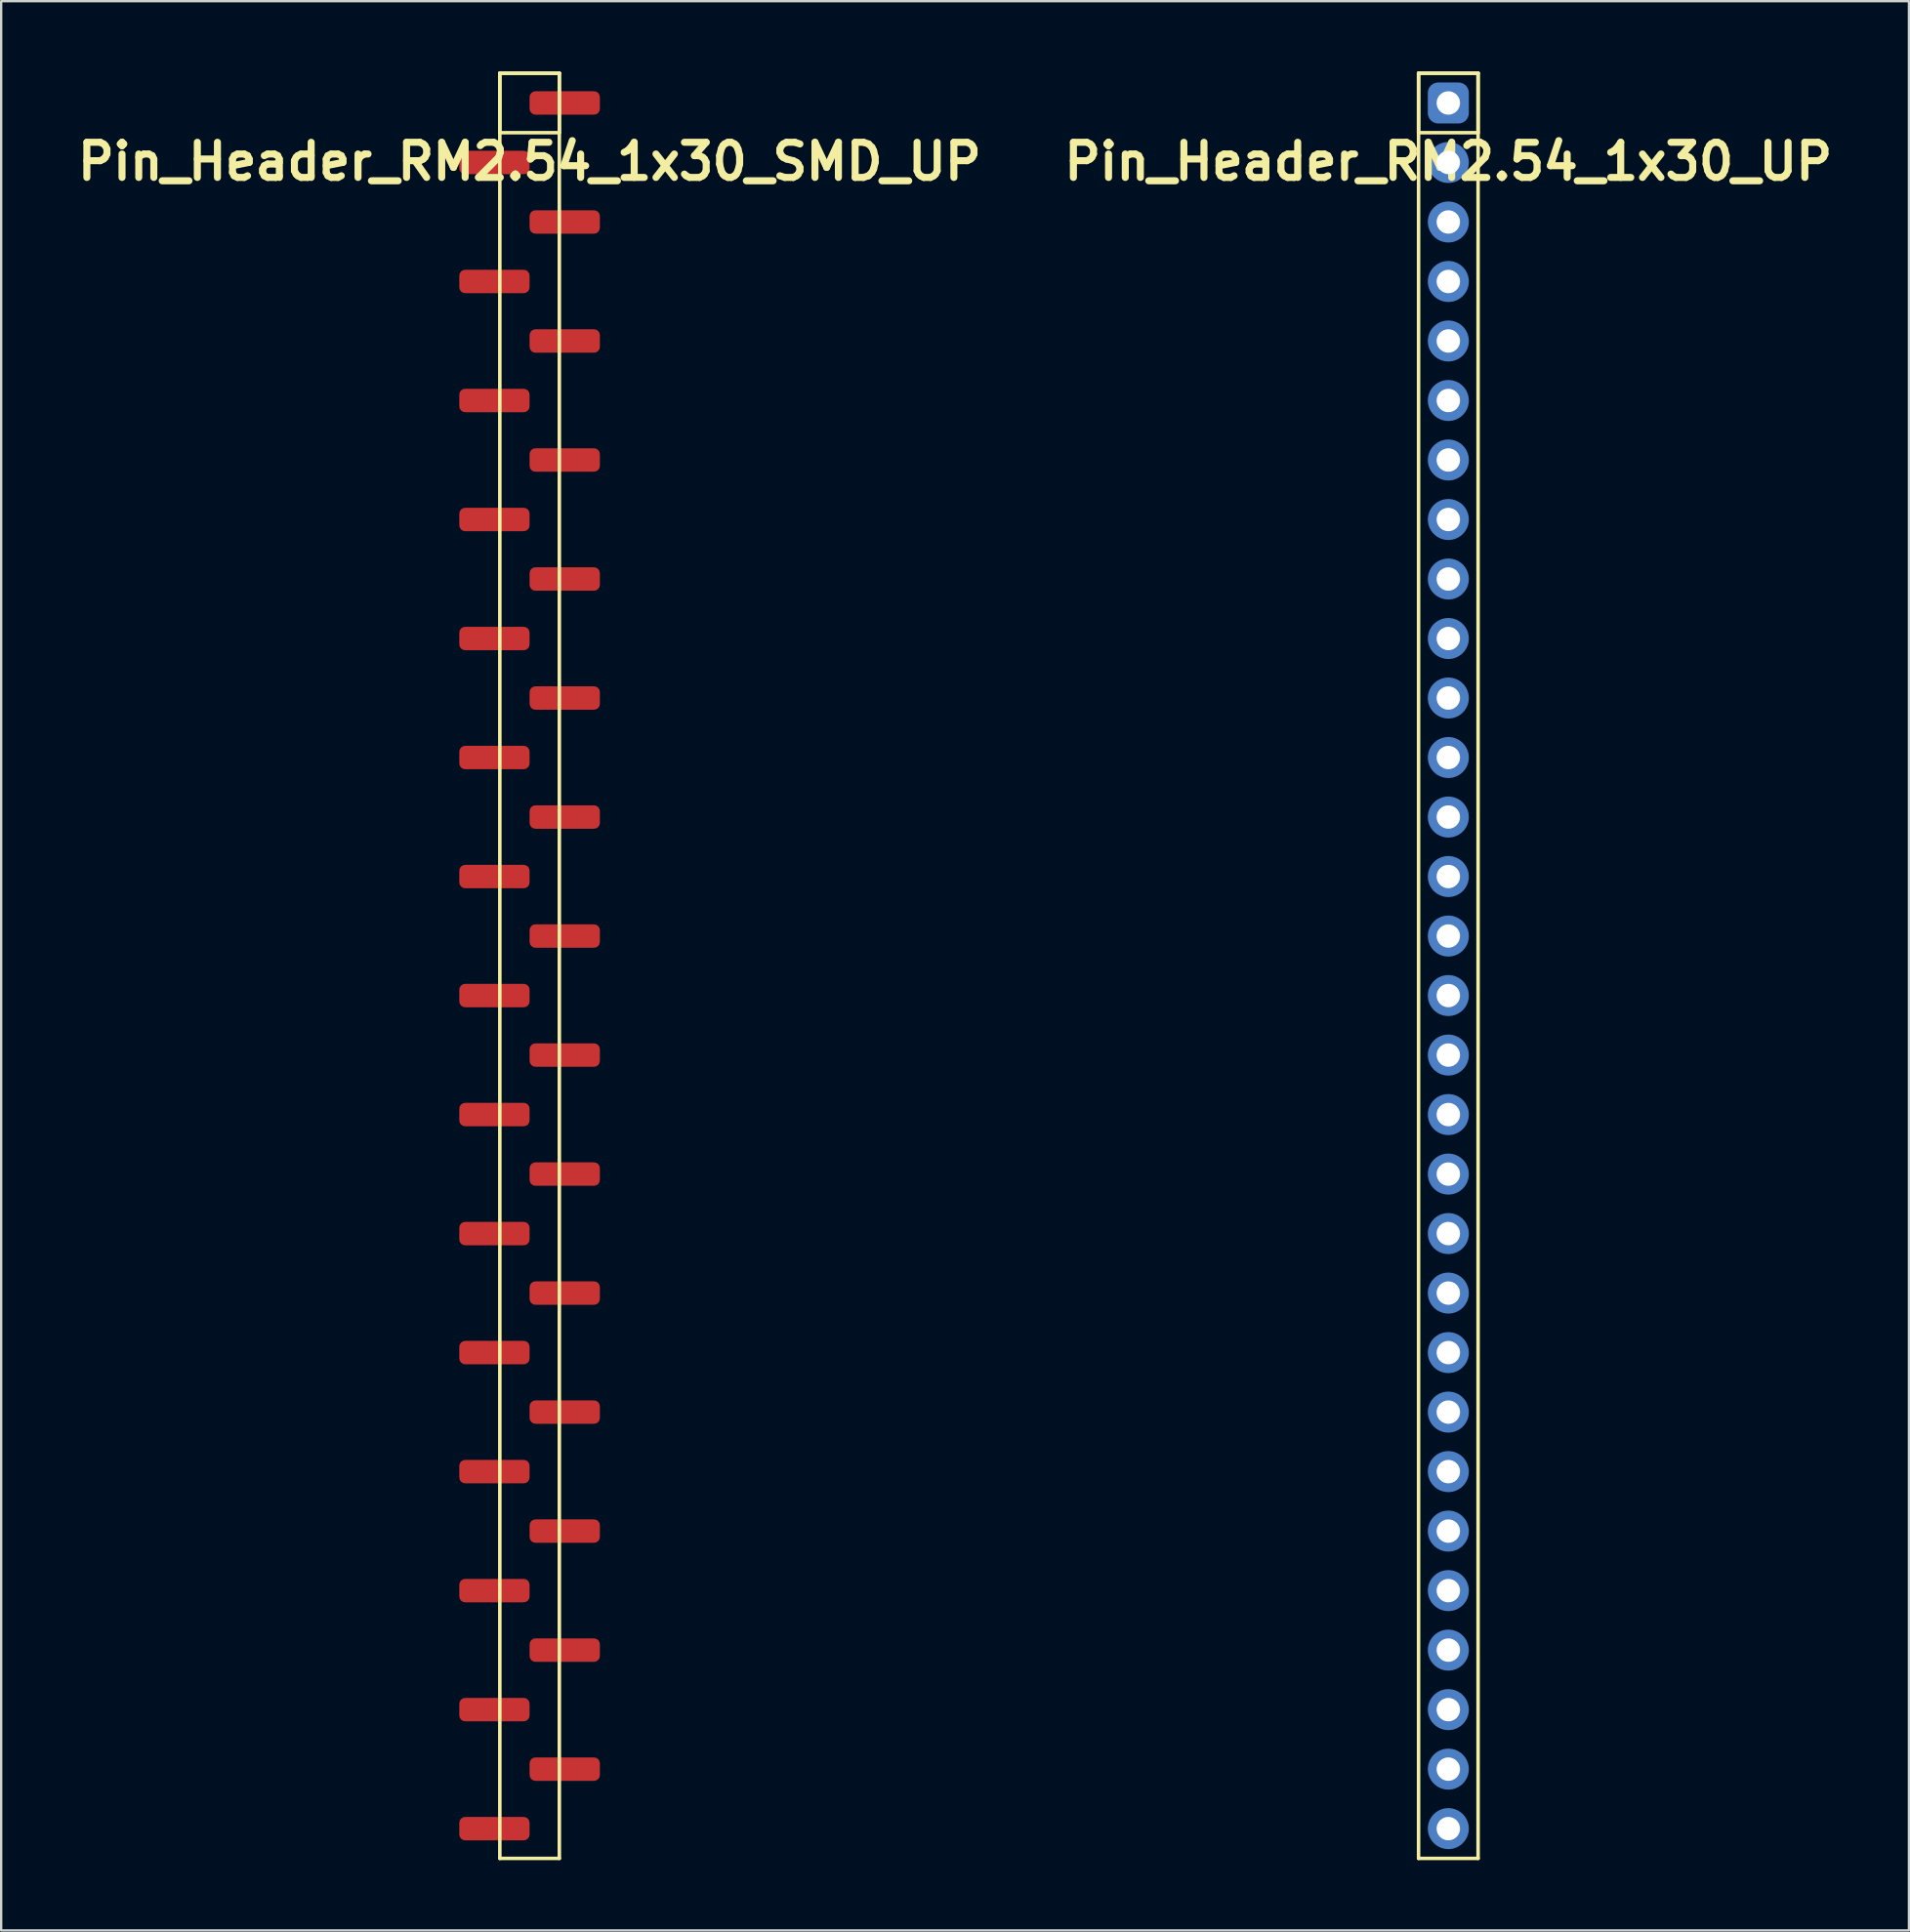
<source format=kicad_pcb>
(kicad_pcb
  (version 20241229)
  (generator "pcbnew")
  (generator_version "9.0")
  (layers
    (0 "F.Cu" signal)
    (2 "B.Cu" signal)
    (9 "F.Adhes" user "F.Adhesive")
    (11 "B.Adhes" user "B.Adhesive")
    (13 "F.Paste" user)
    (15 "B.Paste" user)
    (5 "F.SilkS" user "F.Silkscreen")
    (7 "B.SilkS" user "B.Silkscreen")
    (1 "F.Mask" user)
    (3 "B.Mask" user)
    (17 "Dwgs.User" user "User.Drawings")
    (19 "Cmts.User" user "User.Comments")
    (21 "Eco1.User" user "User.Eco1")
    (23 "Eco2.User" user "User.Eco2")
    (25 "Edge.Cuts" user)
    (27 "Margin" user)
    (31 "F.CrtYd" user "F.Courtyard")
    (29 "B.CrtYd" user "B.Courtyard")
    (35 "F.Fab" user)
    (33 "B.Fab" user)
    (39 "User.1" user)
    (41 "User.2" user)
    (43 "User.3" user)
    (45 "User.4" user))
  (footprint "Pin_Header_RM2.54_1x30_UP"
    (layer "F.Cu")
    (at 58.757 1.345)
    (property "Reference" "Pin_Header_RM2.54_1x30_UP" (at 0 2.5 0) (layer "F.SilkS") (effects (font (size 1.5 1.5) (thickness 0.3))))
    (attr through_hole)
    (fp_line (start -1.27 -1.27) (end 1.27 -1.27) (stroke (width 0.15) (type solid)) (layer "F.SilkS"))
    (fp_line (start -1.27 -1.27) (end 1.27 -1.27) (stroke (width 0.15) (type solid)) (layer "F.SilkS"))
    (fp_line (start -1.27 1.27) (end -1.27 -1.27) (stroke (width 0.15) (type solid)) (layer "F.SilkS"))
    (fp_line (start -1.27 74.93) (end -1.27 -1.27) (stroke (width 0.15) (type solid)) (layer "F.SilkS"))
    (fp_line (start 1.27 -1.27) (end 1.27 1.27) (stroke (width 0.15) (type solid)) (layer "F.SilkS"))
    (fp_line (start 1.27 -1.27) (end 1.27 74.93) (stroke (width 0.15) (type solid)) (layer "F.SilkS"))
    (fp_line (start 1.27 1.27) (end -1.27 1.27) (stroke (width 0.15) (type solid)) (layer "F.SilkS"))
    (fp_line (start 1.27 74.93) (end -1.27 74.93) (stroke (width 0.15) (type solid)) (layer "F.SilkS"))
    (pad "1" thru_hole circle (at 0 0) (size 1.3 1.3) (drill 1) (layers "*.Cu" "*.Mask"))
    (pad "1" smd roundrect (at 0 0) (size 1.5 1.5) (layers "F.Cu" "F.Mask") (roundrect_rratio 0.25))
    (pad "1" smd roundrect (at 0 0) (size 1.75 1.75) (layers "B.Cu" "B.Mask") (roundrect_rratio 0.25))
    (pad "2" thru_hole circle (at 0 2.54) (size 1.3 1.3) (drill 1) (layers "*.Cu" "*.Mask"))
    (pad "2" smd circle (at 0 2.54) (size 1.5 1.5) (layers "F.Cu" "F.Mask"))
    (pad "2" smd circle (at 0 2.54) (size 1.75 1.75) (layers "B.Cu" "B.Mask"))
    (pad "3" thru_hole circle (at 0 5.08) (size 1.3 1.3) (drill 1) (layers "*.Cu" "*.Mask"))
    (pad "3" smd circle (at 0 5.08) (size 1.5 1.5) (layers "F.Cu" "F.Mask"))
    (pad "3" smd circle (at 0 5.08) (size 1.75 1.75) (layers "B.Cu" "B.Mask"))
    (pad "4" thru_hole circle (at 0 7.62) (size 1.3 1.3) (drill 1) (layers "*.Cu" "*.Mask"))
    (pad "4" smd circle (at 0 7.62) (size 1.5 1.5) (layers "F.Cu" "F.Mask"))
    (pad "4" smd circle (at 0 7.62) (size 1.75 1.75) (layers "B.Cu" "B.Mask"))
    (pad "5" thru_hole circle (at 0 10.16) (size 1.3 1.3) (drill 1) (layers "*.Cu" "*.Mask"))
    (pad "5" smd circle (at 0 10.16) (size 1.5 1.5) (layers "F.Cu" "F.Mask"))
    (pad "5" smd circle (at 0 10.16) (size 1.75 1.75) (layers "B.Cu" "B.Mask"))
    (pad "6" thru_hole circle (at 0 12.7) (size 1.3 1.3) (drill 1) (layers "*.Cu" "*.Mask"))
    (pad "6" smd circle (at 0 12.7) (size 1.5 1.5) (layers "F.Cu" "F.Mask"))
    (pad "6" smd circle (at 0 12.7) (size 1.75 1.75) (layers "B.Cu" "B.Mask"))
    (pad "7" thru_hole circle (at 0 15.24) (size 1.3 1.3) (drill 1) (layers "*.Cu" "*.Mask"))
    (pad "7" smd circle (at 0 15.24) (size 1.5 1.5) (layers "F.Cu" "F.Mask"))
    (pad "7" smd circle (at 0 15.24) (size 1.75 1.75) (layers "B.Cu" "B.Mask"))
    (pad "8" thru_hole circle (at 0 17.78) (size 1.3 1.3) (drill 1) (layers "*.Cu" "*.Mask"))
    (pad "8" smd circle (at 0 17.78) (size 1.5 1.5) (layers "F.Cu" "F.Mask"))
    (pad "8" smd circle (at 0 17.78) (size 1.75 1.75) (layers "B.Cu" "B.Mask"))
    (pad "9" thru_hole circle (at 0 20.32) (size 1.3 1.3) (drill 1) (layers "*.Cu" "*.Mask"))
    (pad "9" smd circle (at 0 20.32) (size 1.5 1.5) (layers "F.Cu" "F.Mask"))
    (pad "9" smd circle (at 0 20.32) (size 1.75 1.75) (layers "B.Cu" "B.Mask"))
    (pad "10" thru_hole circle (at 0 22.86) (size 1.3 1.3) (drill 1) (layers "*.Cu" "*.Mask"))
    (pad "10" smd circle (at 0 22.86) (size 1.5 1.5) (layers "F.Cu" "F.Mask"))
    (pad "10" smd circle (at 0 22.86) (size 1.75 1.75) (layers "B.Cu" "B.Mask"))
    (pad "11" thru_hole circle (at 0 25.4) (size 1.3 1.3) (drill 1) (layers "*.Cu" "*.Mask"))
    (pad "11" smd circle (at 0 25.4) (size 1.5 1.5) (layers "F.Cu" "F.Mask"))
    (pad "11" smd circle (at 0 25.4) (size 1.75 1.75) (layers "B.Cu" "B.Mask"))
    (pad "12" thru_hole circle (at 0 27.94) (size 1.3 1.3) (drill 1) (layers "*.Cu" "*.Mask"))
    (pad "12" smd circle (at 0 27.94) (size 1.5 1.5) (layers "F.Cu" "F.Mask"))
    (pad "12" smd circle (at 0 27.94) (size 1.75 1.75) (layers "B.Cu" "B.Mask"))
    (pad "13" thru_hole circle (at 0 30.48) (size 1.3 1.3) (drill 1) (layers "*.Cu" "*.Mask"))
    (pad "13" smd circle (at 0 30.48) (size 1.5 1.5) (layers "F.Cu" "F.Mask"))
    (pad "13" smd circle (at 0 30.48) (size 1.75 1.75) (layers "B.Cu" "B.Mask"))
    (pad "14" thru_hole circle (at 0 33.02) (size 1.3 1.3) (drill 1) (layers "*.Cu" "*.Mask"))
    (pad "14" smd circle (at 0 33.02) (size 1.5 1.5) (layers "F.Cu" "F.Mask"))
    (pad "14" smd circle (at 0 33.02) (size 1.75 1.75) (layers "B.Cu" "B.Mask"))
    (pad "15" thru_hole circle (at 0 35.56) (size 1.3 1.3) (drill 1) (layers "*.Cu" "*.Mask"))
    (pad "15" smd circle (at 0 35.56) (size 1.5 1.5) (layers "F.Cu" "F.Mask"))
    (pad "15" smd circle (at 0 35.56) (size 1.75 1.75) (layers "B.Cu" "B.Mask"))
    (pad "16" thru_hole circle (at 0 38.1) (size 1.3 1.3) (drill 1) (layers "*.Cu" "*.Mask"))
    (pad "16" smd circle (at 0 38.1) (size 1.5 1.5) (layers "F.Cu" "F.Mask"))
    (pad "16" smd circle (at 0 38.1) (size 1.75 1.75) (layers "B.Cu" "B.Mask"))
    (pad "17" thru_hole circle (at 0 40.64) (size 1.3 1.3) (drill 1) (layers "*.Cu" "*.Mask"))
    (pad "17" smd circle (at 0 40.64) (size 1.5 1.5) (layers "F.Cu" "F.Mask"))
    (pad "17" smd circle (at 0 40.64) (size 1.75 1.75) (layers "B.Cu" "B.Mask"))
    (pad "18" thru_hole circle (at 0 43.18) (size 1.3 1.3) (drill 1) (layers "*.Cu" "*.Mask"))
    (pad "18" smd circle (at 0 43.18) (size 1.5 1.5) (layers "F.Cu" "F.Mask"))
    (pad "18" smd circle (at 0 43.18) (size 1.75 1.75) (layers "B.Cu" "B.Mask"))
    (pad "19" thru_hole circle (at 0 45.72) (size 1.3 1.3) (drill 1) (layers "*.Cu" "*.Mask"))
    (pad "19" smd circle (at 0 45.72) (size 1.5 1.5) (layers "F.Cu" "F.Mask"))
    (pad "19" smd circle (at 0 45.72) (size 1.75 1.75) (layers "B.Cu" "B.Mask"))
    (pad "20" thru_hole circle (at 0 48.26) (size 1.3 1.3) (drill 1) (layers "*.Cu" "*.Mask"))
    (pad "20" smd circle (at 0 48.26) (size 1.5 1.5) (layers "F.Cu" "F.Mask"))
    (pad "20" smd circle (at 0 48.26) (size 1.75 1.75) (layers "B.Cu" "B.Mask"))
    (pad "21" thru_hole circle (at 0 50.8) (size 1.3 1.3) (drill 1) (layers "*.Cu" "*.Mask"))
    (pad "21" smd circle (at 0 50.8) (size 1.5 1.5) (layers "F.Cu" "F.Mask"))
    (pad "21" smd circle (at 0 50.8) (size 1.75 1.75) (layers "B.Cu" "B.Mask"))
    (pad "22" thru_hole circle (at 0 53.34) (size 1.3 1.3) (drill 1) (layers "*.Cu" "*.Mask"))
    (pad "22" smd circle (at 0 53.34) (size 1.5 1.5) (layers "F.Cu" "F.Mask"))
    (pad "22" smd circle (at 0 53.34) (size 1.75 1.75) (layers "B.Cu" "B.Mask"))
    (pad "23" thru_hole circle (at 0 55.88) (size 1.3 1.3) (drill 1) (layers "*.Cu" "*.Mask"))
    (pad "23" smd circle (at 0 55.88) (size 1.5 1.5) (layers "F.Cu" "F.Mask"))
    (pad "23" smd circle (at 0 55.88) (size 1.75 1.75) (layers "B.Cu" "B.Mask"))
    (pad "24" thru_hole circle (at 0 58.42) (size 1.3 1.3) (drill 1) (layers "*.Cu" "*.Mask"))
    (pad "24" smd circle (at 0 58.42) (size 1.5 1.5) (layers "F.Cu" "F.Mask"))
    (pad "24" smd circle (at 0 58.42) (size 1.75 1.75) (layers "B.Cu" "B.Mask"))
    (pad "25" thru_hole circle (at 0 60.96) (size 1.3 1.3) (drill 1) (layers "*.Cu" "*.Mask"))
    (pad "25" smd circle (at 0 60.96) (size 1.5 1.5) (layers "F.Cu" "F.Mask"))
    (pad "25" smd circle (at 0 60.96) (size 1.75 1.75) (layers "B.Cu" "B.Mask"))
    (pad "26" thru_hole circle (at 0 63.5) (size 1.3 1.3) (drill 1) (layers "*.Cu" "*.Mask"))
    (pad "26" smd circle (at 0 63.5) (size 1.5 1.5) (layers "F.Cu" "F.Mask"))
    (pad "26" smd circle (at 0 63.5) (size 1.75 1.75) (layers "B.Cu" "B.Mask"))
    (pad "27" thru_hole circle (at 0 66.04) (size 1.3 1.3) (drill 1) (layers "*.Cu" "*.Mask"))
    (pad "27" smd circle (at 0 66.04) (size 1.5 1.5) (layers "F.Cu" "F.Mask"))
    (pad "27" smd circle (at 0 66.04) (size 1.75 1.75) (layers "B.Cu" "B.Mask"))
    (pad "28" thru_hole circle (at 0 68.58) (size 1.3 1.3) (drill 1) (layers "*.Cu" "*.Mask"))
    (pad "28" smd circle (at 0 68.58) (size 1.5 1.5) (layers "F.Cu" "F.Mask"))
    (pad "28" smd circle (at 0 68.58) (size 1.75 1.75) (layers "B.Cu" "B.Mask"))
    (pad "29" thru_hole circle (at 0 71.12) (size 1.3 1.3) (drill 1) (layers "*.Cu" "*.Mask"))
    (pad "29" smd circle (at 0 71.12) (size 1.5 1.5) (layers "F.Cu" "F.Mask"))
    (pad "29" smd circle (at 0 71.12) (size 1.75 1.75) (layers "B.Cu" "B.Mask"))
    (pad "30" thru_hole circle (at 0 73.66) (size 1.3 1.3) (drill 1) (layers "*.Cu" "*.Mask"))
    (pad "30" smd circle (at 0 73.66) (size 1.5 1.5) (layers "F.Cu" "F.Mask"))
    (pad "30" smd circle (at 0 73.66) (size 1.75 1.75) (layers "B.Cu" "B.Mask")))
  (footprint "Pin_Header_RM2.54_1x30_SMD_UP"
    (layer "F.Cu")
    (at 19.55 1.345)
    (property "Reference" "Pin_Header_RM2.54_1x30_SMD_UP" (at 0 2.5 0) (layer "F.SilkS") (effects (font (size 1.5 1.5) (thickness 0.3))))
    (attr through_hole)
    (fp_line (start -1.27 -1.27) (end 1.27 -1.27) (stroke (width 0.15) (type solid)) (layer "F.SilkS"))
    (fp_line (start -1.27 -1.27) (end 1.27 -1.27) (stroke (width 0.15) (type solid)) (layer "F.SilkS"))
    (fp_line (start -1.27 1.27) (end -1.27 -1.27) (stroke (width 0.15) (type solid)) (layer "F.SilkS"))
    (fp_line (start -1.27 74.93) (end -1.27 -1.27) (stroke (width 0.15) (type solid)) (layer "F.SilkS"))
    (fp_line (start 1.27 -1.27) (end 1.27 1.27) (stroke (width 0.15) (type solid)) (layer "F.SilkS"))
    (fp_line (start 1.27 -1.27) (end 1.27 74.93) (stroke (width 0.15) (type solid)) (layer "F.SilkS"))
    (fp_line (start 1.27 1.27) (end -1.27 1.27) (stroke (width 0.15) (type solid)) (layer "F.SilkS"))
    (fp_line (start 1.27 74.93) (end -1.27 74.93) (stroke (width 0.15) (type solid)) (layer "F.SilkS"))
    (pad "1" smd roundrect (at 1.5 0) (size 3 1) (layers "F.Cu" "F.Mask") (roundrect_rratio 0.25))
    (pad "2" smd roundrect (at -1.5 2.54) (size 3 1) (layers "F.Cu" "F.Mask") (roundrect_rratio 0.25))
    (pad "3" smd roundrect (at 1.5 5.08) (size 3 1) (layers "F.Cu" "F.Mask") (roundrect_rratio 0.25))
    (pad "4" smd roundrect (at -1.5 7.62) (size 3 1) (layers "F.Cu" "F.Mask") (roundrect_rratio 0.25))
    (pad "5" smd roundrect (at 1.5 10.16) (size 3 1) (layers "F.Cu" "F.Mask") (roundrect_rratio 0.25))
    (pad "6" smd roundrect (at -1.5 12.7) (size 3 1) (layers "F.Cu" "F.Mask") (roundrect_rratio 0.25))
    (pad "7" smd roundrect (at 1.5 15.24) (size 3 1) (layers "F.Cu" "F.Mask") (roundrect_rratio 0.25))
    (pad "8" smd roundrect (at -1.5 17.78) (size 3 1) (layers "F.Cu" "F.Mask") (roundrect_rratio 0.25))
    (pad "9" smd roundrect (at 1.5 20.32) (size 3 1) (layers "F.Cu" "F.Mask") (roundrect_rratio 0.25))
    (pad "10" smd roundrect (at -1.5 22.86) (size 3 1) (layers "F.Cu" "F.Mask") (roundrect_rratio 0.25))
    (pad "11" smd roundrect (at 1.5 25.4) (size 3 1) (layers "F.Cu" "F.Mask") (roundrect_rratio 0.25))
    (pad "12" smd roundrect (at -1.5 27.94) (size 3 1) (layers "F.Cu" "F.Mask") (roundrect_rratio 0.25))
    (pad "13" smd roundrect (at 1.5 30.48) (size 3 1) (layers "F.Cu" "F.Mask") (roundrect_rratio 0.25))
    (pad "14" smd roundrect (at -1.5 33.02) (size 3 1) (layers "F.Cu" "F.Mask") (roundrect_rratio 0.25))
    (pad "15" smd roundrect (at 1.5 35.56) (size 3 1) (layers "F.Cu" "F.Mask") (roundrect_rratio 0.25))
    (pad "16" smd roundrect (at -1.5 38.1) (size 3 1) (layers "F.Cu" "F.Mask") (roundrect_rratio 0.25))
    (pad "17" smd roundrect (at 1.5 40.64) (size 3 1) (layers "F.Cu" "F.Mask") (roundrect_rratio 0.25))
    (pad "18" smd roundrect (at -1.5 43.18) (size 3 1) (layers "F.Cu" "F.Mask") (roundrect_rratio 0.25))
    (pad "19" smd roundrect (at 1.5 45.72) (size 3 1) (layers "F.Cu" "F.Mask") (roundrect_rratio 0.25))
    (pad "20" smd roundrect (at -1.5 48.26) (size 3 1) (layers "F.Cu" "F.Mask") (roundrect_rratio 0.25))
    (pad "21" smd roundrect (at 1.5 50.8) (size 3 1) (layers "F.Cu" "F.Mask") (roundrect_rratio 0.25))
    (pad "22" smd roundrect (at -1.5 53.34) (size 3 1) (layers "F.Cu" "F.Mask") (roundrect_rratio 0.25))
    (pad "23" smd roundrect (at 1.5 55.88) (size 3 1) (layers "F.Cu" "F.Mask") (roundrect_rratio 0.25))
    (pad "24" smd roundrect (at -1.5 58.42) (size 3 1) (layers "F.Cu" "F.Mask") (roundrect_rratio 0.25))
    (pad "25" smd roundrect (at 1.5 60.96) (size 3 1) (layers "F.Cu" "F.Mask") (roundrect_rratio 0.25))
    (pad "26" smd roundrect (at -1.5 63.5) (size 3 1) (layers "F.Cu" "F.Mask") (roundrect_rratio 0.25))
    (pad "27" smd roundrect (at 1.5 66.04) (size 3 1) (layers "F.Cu" "F.Mask") (roundrect_rratio 0.25))
    (pad "28" smd roundrect (at -1.5 68.58) (size 3 1) (layers "F.Cu" "F.Mask") (roundrect_rratio 0.25))
    (pad "29" smd roundrect (at 1.5 71.12) (size 3 1) (layers "F.Cu" "F.Mask") (roundrect_rratio 0.25))
    (pad "30" smd roundrect (at -1.5 73.66) (size 3 1) (layers "F.Cu" "F.Mask") (roundrect_rratio 0.25)))
  (gr_rect
    (start -3 -3)
    (end 78.414 79.35)
    (stroke (width 0.1) (type default))
    (fill no)
    (layer "Edge.Cuts")))
</source>
